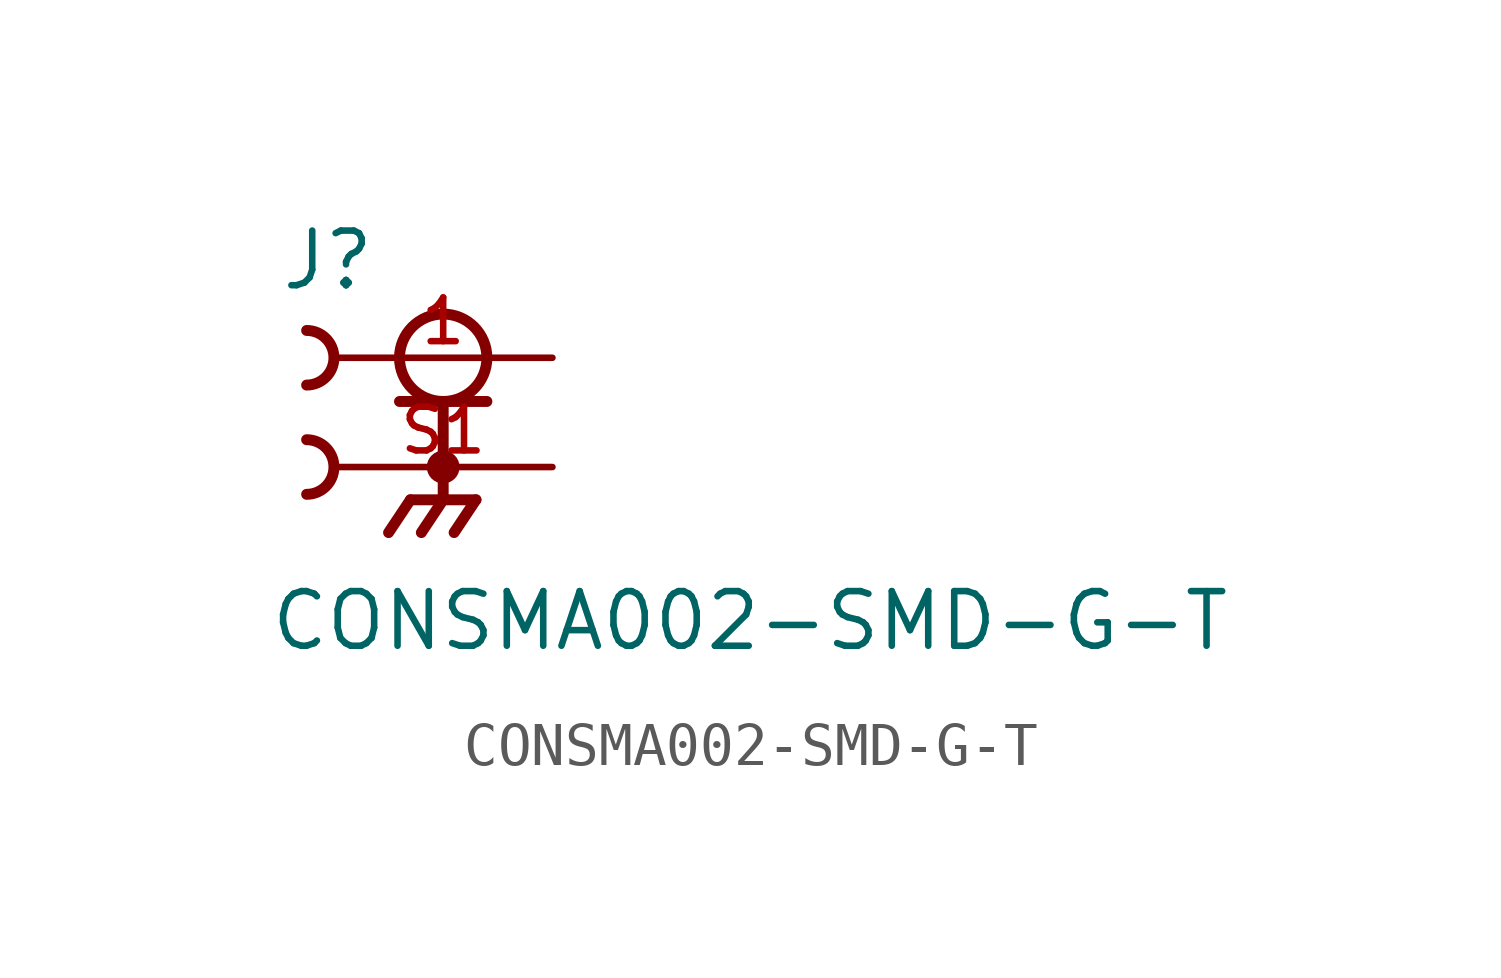
<source format=kicad_sym>
(kicad_symbol_lib
  (version 20211014)
  (generator kicad_symbol_editor)
  (symbol "CONSMA002-SMD-G-T"
    (pin_names
      (offset 1.016))
    (property "Reference" "J"
      (at -3.81 1.524 0)
      (effects (font (size 1.27 1.27)) (justify bottom left)))
    (property "Value" "CONSMA002-SMD-G-T"
      (at -4.064 -6.858 0)
      (effects (font (size 1.27 1.27)) (justify bottom left)))
    (symbol "CONSMA002-SMD-G-T_0_0"
      (circle (center 0.0 0.0) (radius 1.016) (stroke (width 0.254)) (fill (type none)))
      (polyline (pts (xy -1.016 -1.016) (xy 0.0 -1.016)) (stroke (width 0.254)))
      (polyline (pts (xy 0.0 -1.016) (xy 1.016 -1.016)) (stroke (width 0.254)))
      (polyline (pts (xy 0.0 -1.016) (xy 0.0 -3.302)) (stroke (width 0.254)))
      (circle (center 0.0 -2.54) (radius 0.254) (stroke (width 0.254)) (fill (type none)))
      (polyline (pts (xy 0.0 -3.302) (xy -0.762 -3.302)) (stroke (width 0.254)))
      (polyline (pts (xy 0.0 -3.302) (xy 0.762 -3.302)) (stroke (width 0.254)))
      (polyline (pts (xy -0.762 -3.302) (xy -1.27 -4.064)) (stroke (width 0.254)))
      (polyline (pts (xy 0.0 -3.302) (xy -0.508 -4.064)) (stroke (width 0.254)))
      (polyline (pts (xy 0.762 -3.302) (xy 0.254 -4.064)) (stroke (width 0.254)))
      (arc (start -3.175 0.635) (mid -2.54 -0.0) (end -3.175 -0.635) (stroke (width 0.254) (type default) (color 0 0 0 0)) (fill (type none)))
      (arc (start -3.175 -1.905) (mid -2.54 -2.54) (end -3.175 -3.175) (stroke (width 0.254) (type default) (color 0 0 0 0)) (fill (type none)))
      (pin passive line (at 2.54 0.0 180.0) (length 5.08) (name "~" (effects (font (size 1.016 1.016)))) (number "1" (effects (font (size 1.016 1.016)))))
      (pin passive line (at 2.54 -2.54 180.0) (length 5.08) (name "~" (effects (font (size 1.016 1.016)))) (number "S1" (effects (font (size 1.016 1.016))))))))
</source>
